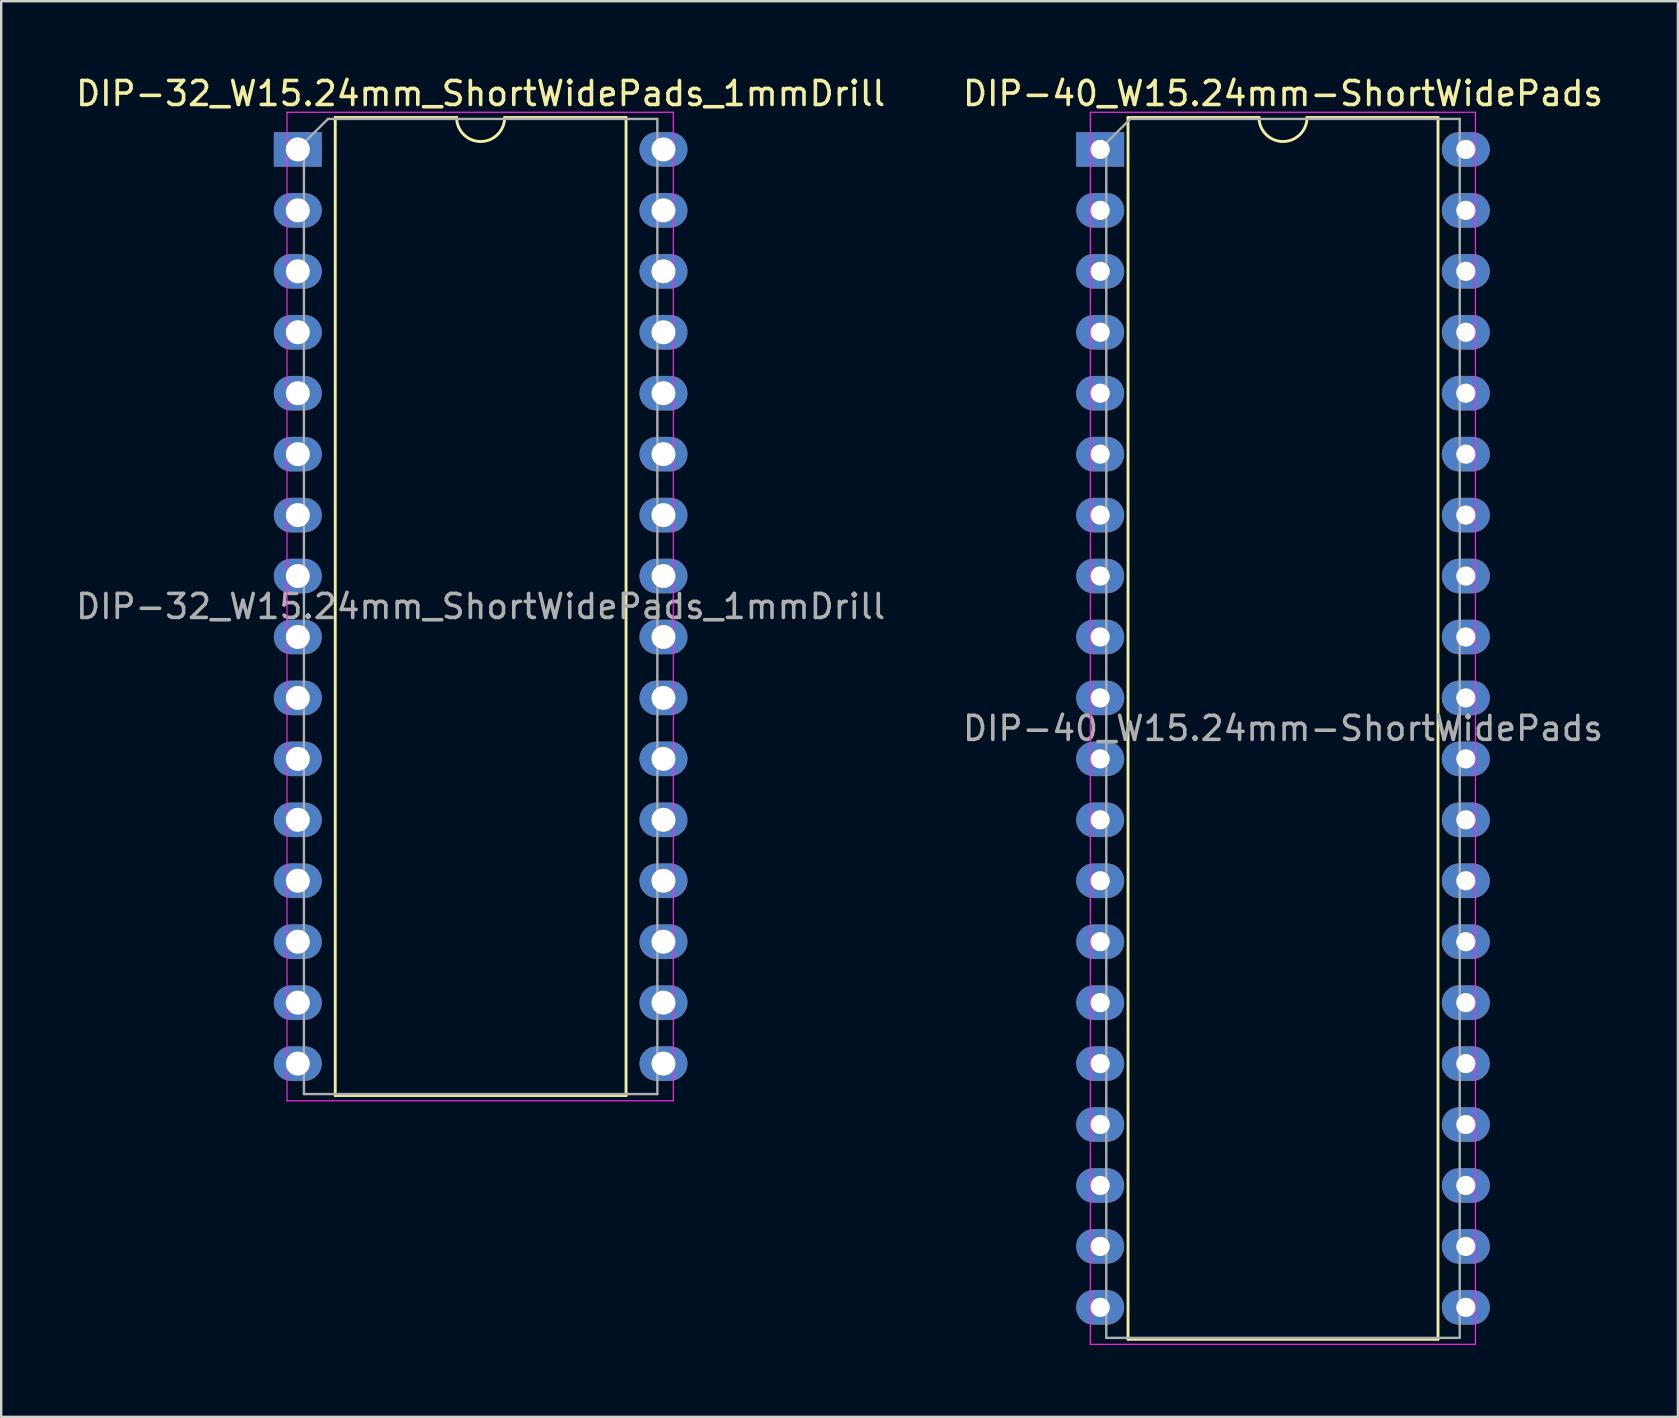
<source format=kicad_pcb>
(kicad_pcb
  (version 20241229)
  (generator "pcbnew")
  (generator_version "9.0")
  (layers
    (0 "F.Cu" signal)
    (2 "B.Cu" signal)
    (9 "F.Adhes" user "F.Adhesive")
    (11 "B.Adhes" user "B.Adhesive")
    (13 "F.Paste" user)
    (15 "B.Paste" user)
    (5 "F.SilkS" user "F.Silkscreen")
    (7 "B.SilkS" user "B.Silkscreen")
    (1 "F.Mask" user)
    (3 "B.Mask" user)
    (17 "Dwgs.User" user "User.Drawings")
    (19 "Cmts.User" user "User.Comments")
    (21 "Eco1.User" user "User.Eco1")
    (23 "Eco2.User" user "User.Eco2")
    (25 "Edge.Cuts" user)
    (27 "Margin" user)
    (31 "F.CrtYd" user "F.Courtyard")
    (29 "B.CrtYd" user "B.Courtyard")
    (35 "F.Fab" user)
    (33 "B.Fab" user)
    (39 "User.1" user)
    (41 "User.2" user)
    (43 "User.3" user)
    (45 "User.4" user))
  (footprint "DIP-32_W15.24mm_ShortWidePads_1mmDrill"
    (layer "F.Cu")
    (at 9.362 3.178)
    (property "Reference" "DIP-32_W15.24mm_ShortWidePads_1mmDrill" (at 7.62 -2.33 0) (layer "F.SilkS") (effects (font (size 1 1) (thickness 0.15))))
    (attr through_hole)
    (fp_line (start 1.56 -1.33) (end 1.56 39.43) (stroke (width 0.12) (type solid)) (layer "F.SilkS"))
    (fp_line (start 1.56 39.43) (end 13.68 39.43) (stroke (width 0.12) (type solid)) (layer "F.SilkS"))
    (fp_line (start 6.62 -1.33) (end 1.56 -1.33) (stroke (width 0.12) (type solid)) (layer "F.SilkS"))
    (fp_line (start 13.68 -1.33) (end 8.62 -1.33) (stroke (width 0.12) (type solid)) (layer "F.SilkS"))
    (fp_line (start 13.68 39.43) (end 13.68 -1.33) (stroke (width 0.12) (type solid)) (layer "F.SilkS"))
    (fp_arc (start 8.62 -1.33) (mid 7.62 -0.33) (end 6.62 -1.33) (stroke (width 0.12) (type solid)) (layer "F.SilkS"))
    (fp_line (start -0.45 -1.55) (end -0.45 39.65) (stroke (width 0.05) (type solid)) (layer "F.CrtYd"))
    (fp_line (start -0.45 39.65) (end 15.65 39.65) (stroke (width 0.05) (type solid)) (layer "F.CrtYd"))
    (fp_line (start 15.65 -1.55) (end -0.45 -1.55) (stroke (width 0.05) (type solid)) (layer "F.CrtYd"))
    (fp_line (start 15.65 39.65) (end 15.65 -1.55) (stroke (width 0.05) (type solid)) (layer "F.CrtYd"))
    (fp_line (start 0.255 -0.27) (end 1.255 -1.27) (stroke (width 0.1) (type solid)) (layer "F.Fab"))
    (fp_line (start 0.255 39.37) (end 0.255 -0.27) (stroke (width 0.1) (type solid)) (layer "F.Fab"))
    (fp_line (start 1.255 -1.27) (end 14.985 -1.27) (stroke (width 0.1) (type solid)) (layer "F.Fab"))
    (fp_line (start 14.985 -1.27) (end 14.985 39.37) (stroke (width 0.1) (type solid)) (layer "F.Fab"))
    (fp_line (start 14.985 39.37) (end 0.255 39.37) (stroke (width 0.1) (type solid)) (layer "F.Fab"))
    (fp_text user "${REFERENCE}" (at 7.62 19.05 0) (layer "F.Fab") (effects (font (size 1 1) (thickness 0.15))))
    (pad "1" thru_hole rect (at 0 0) (size 2 1.44) (drill 1) (layers "*.Cu" "*.Mask"))
    (pad "2" thru_hole oval (at 0 2.54) (size 2 1.44) (drill 1) (layers "*.Cu" "*.Mask"))
    (pad "3" thru_hole oval (at 0 5.08) (size 2 1.44) (drill 1) (layers "*.Cu" "*.Mask"))
    (pad "4" thru_hole oval (at 0 7.62) (size 2 1.44) (drill 1) (layers "*.Cu" "*.Mask"))
    (pad "5" thru_hole oval (at 0 10.16) (size 2 1.44) (drill 1) (layers "*.Cu" "*.Mask"))
    (pad "6" thru_hole oval (at 0 12.7) (size 2 1.44) (drill 1) (layers "*.Cu" "*.Mask"))
    (pad "7" thru_hole oval (at 0 15.24) (size 2 1.44) (drill 1) (layers "*.Cu" "*.Mask"))
    (pad "8" thru_hole oval (at 0 17.78) (size 2 1.44) (drill 1) (layers "*.Cu" "*.Mask"))
    (pad "9" thru_hole oval (at 0 20.32) (size 2 1.44) (drill 1) (layers "*.Cu" "*.Mask"))
    (pad "10" thru_hole oval (at 0 22.86) (size 2 1.44) (drill 1) (layers "*.Cu" "*.Mask"))
    (pad "11" thru_hole oval (at 0 25.4) (size 2 1.44) (drill 1) (layers "*.Cu" "*.Mask"))
    (pad "12" thru_hole oval (at 0 27.94) (size 2 1.44) (drill 1) (layers "*.Cu" "*.Mask"))
    (pad "13" thru_hole oval (at 0 30.48) (size 2 1.44) (drill 1) (layers "*.Cu" "*.Mask"))
    (pad "14" thru_hole oval (at 0 33.02) (size 2 1.44) (drill 1) (layers "*.Cu" "*.Mask"))
    (pad "15" thru_hole oval (at 0 35.56) (size 2 1.44) (drill 1) (layers "*.Cu" "*.Mask"))
    (pad "16" thru_hole oval (at 0 38.1) (size 2 1.44) (drill 1) (layers "*.Cu" "*.Mask"))
    (pad "17" thru_hole oval (at 15.24 38.1) (size 2 1.44) (drill 1) (layers "*.Cu" "*.Mask"))
    (pad "18" thru_hole oval (at 15.24 35.56) (size 2 1.44) (drill 1) (layers "*.Cu" "*.Mask"))
    (pad "19" thru_hole oval (at 15.24 33.02) (size 2 1.44) (drill 1) (layers "*.Cu" "*.Mask"))
    (pad "20" thru_hole oval (at 15.24 30.48) (size 2 1.44) (drill 1) (layers "*.Cu" "*.Mask"))
    (pad "21" thru_hole oval (at 15.24 27.94) (size 2 1.44) (drill 1) (layers "*.Cu" "*.Mask"))
    (pad "22" thru_hole oval (at 15.24 25.4) (size 2 1.44) (drill 1) (layers "*.Cu" "*.Mask"))
    (pad "23" thru_hole oval (at 15.24 22.86) (size 2 1.44) (drill 1) (layers "*.Cu" "*.Mask"))
    (pad "24" thru_hole oval (at 15.24 20.32) (size 2 1.44) (drill 1) (layers "*.Cu" "*.Mask"))
    (pad "25" thru_hole oval (at 15.24 17.78) (size 2 1.44) (drill 1) (layers "*.Cu" "*.Mask"))
    (pad "26" thru_hole oval (at 15.24 15.24) (size 2 1.44) (drill 1) (layers "*.Cu" "*.Mask"))
    (pad "27" thru_hole oval (at 15.24 12.7) (size 2 1.44) (drill 1) (layers "*.Cu" "*.Mask"))
    (pad "28" thru_hole oval (at 15.24 10.16) (size 2 1.44) (drill 1) (layers "*.Cu" "*.Mask"))
    (pad "29" thru_hole oval (at 15.24 7.62) (size 2 1.44) (drill 1) (layers "*.Cu" "*.Mask"))
    (pad "30" thru_hole oval (at 15.24 5.08) (size 2 1.44) (drill 1) (layers "*.Cu" "*.Mask"))
    (pad "31" thru_hole oval (at 15.24 2.54) (size 2 1.44) (drill 1) (layers "*.Cu" "*.Mask"))
    (pad "32" thru_hole oval (at 15.24 0) (size 2 1.44) (drill 1) (layers "*.Cu" "*.Mask")))
  (footprint "DIP-40_W15.24mm-ShortWidePads"
    (layer "F.Cu")
    (at 42.803 3.178)
    (property "Reference" "DIP-40_W15.24mm-ShortWidePads" (at 7.62 -2.33 0) (layer "F.SilkS") (effects (font (size 1 1) (thickness 0.15))))
    (attr through_hole)
    (fp_line (start 1.16 -1.33) (end 1.16 49.59) (stroke (width 0.12) (type solid)) (layer "F.SilkS"))
    (fp_line (start 1.16 49.59) (end 14.08 49.59) (stroke (width 0.12) (type solid)) (layer "F.SilkS"))
    (fp_line (start 6.62 -1.33) (end 1.16 -1.33) (stroke (width 0.12) (type solid)) (layer "F.SilkS"))
    (fp_line (start 14.08 -1.33) (end 8.62 -1.33) (stroke (width 0.12) (type solid)) (layer "F.SilkS"))
    (fp_line (start 14.08 49.59) (end 14.08 -1.33) (stroke (width 0.12) (type solid)) (layer "F.SilkS"))
    (fp_arc (start 8.62 -1.33) (mid 7.62 -0.33) (end 6.62 -1.33) (stroke (width 0.12) (type solid)) (layer "F.SilkS"))
    (fp_line (start -0.41 -1.55) (end -0.41 49.8) (stroke (width 0.05) (type solid)) (layer "F.CrtYd"))
    (fp_line (start -0.41 49.8) (end 15.64 49.8) (stroke (width 0.05) (type solid)) (layer "F.CrtYd"))
    (fp_line (start 15.64 -1.55) (end -0.41 -1.55) (stroke (width 0.05) (type solid)) (layer "F.CrtYd"))
    (fp_line (start 15.64 49.8) (end 15.64 -1.55) (stroke (width 0.05) (type solid)) (layer "F.CrtYd"))
    (fp_line (start 0.255 -0.27) (end 1.255 -1.27) (stroke (width 0.1) (type solid)) (layer "F.Fab"))
    (fp_line (start 0.255 49.53) (end 0.255 -0.27) (stroke (width 0.1) (type solid)) (layer "F.Fab"))
    (fp_line (start 1.255 -1.27) (end 14.985 -1.27) (stroke (width 0.1) (type solid)) (layer "F.Fab"))
    (fp_line (start 14.985 -1.27) (end 14.985 49.53) (stroke (width 0.1) (type solid)) (layer "F.Fab"))
    (fp_line (start 14.985 49.53) (end 0.255 49.53) (stroke (width 0.1) (type solid)) (layer "F.Fab"))
    (fp_text user "${REFERENCE}" (at 7.62 24.13 0) (layer "F.Fab") (effects (font (size 1 1) (thickness 0.15))))
    (pad "1" thru_hole rect (at 0 0) (size 2 1.44) (drill 0.8) (layers "*.Cu" "*.Mask"))
    (pad "2" thru_hole oval (at 0 2.54) (size 2 1.44) (drill 0.8) (layers "*.Cu" "*.Mask"))
    (pad "3" thru_hole oval (at 0 5.08) (size 2 1.44) (drill 0.8) (layers "*.Cu" "*.Mask"))
    (pad "4" thru_hole oval (at 0 7.62) (size 2 1.44) (drill 0.8) (layers "*.Cu" "*.Mask"))
    (pad "5" thru_hole oval (at 0 10.16) (size 2 1.44) (drill 0.8) (layers "*.Cu" "*.Mask"))
    (pad "6" thru_hole oval (at 0 12.7) (size 2 1.44) (drill 0.8) (layers "*.Cu" "*.Mask"))
    (pad "7" thru_hole oval (at 0 15.24) (size 2 1.44) (drill 0.8) (layers "*.Cu" "*.Mask"))
    (pad "8" thru_hole oval (at 0 17.78) (size 2 1.44) (drill 0.8) (layers "*.Cu" "*.Mask"))
    (pad "9" thru_hole oval (at 0 20.32) (size 2 1.44) (drill 0.8) (layers "*.Cu" "*.Mask"))
    (pad "10" thru_hole oval (at 0 22.86) (size 2 1.44) (drill 0.8) (layers "*.Cu" "*.Mask"))
    (pad "11" thru_hole oval (at 0 25.4) (size 2 1.44) (drill 0.8) (layers "*.Cu" "*.Mask"))
    (pad "12" thru_hole oval (at 0 27.94) (size 2 1.44) (drill 0.8) (layers "*.Cu" "*.Mask"))
    (pad "13" thru_hole oval (at 0 30.48) (size 2 1.44) (drill 0.8) (layers "*.Cu" "*.Mask"))
    (pad "14" thru_hole oval (at 0 33.02) (size 2 1.44) (drill 0.8) (layers "*.Cu" "*.Mask"))
    (pad "15" thru_hole oval (at 0 35.56) (size 2 1.44) (drill 0.8) (layers "*.Cu" "*.Mask"))
    (pad "16" thru_hole oval (at 0 38.1) (size 2 1.44) (drill 0.8) (layers "*.Cu" "*.Mask"))
    (pad "17" thru_hole oval (at 0 40.64) (size 2 1.44) (drill 0.8) (layers "*.Cu" "*.Mask"))
    (pad "18" thru_hole oval (at 0 43.18) (size 2 1.44) (drill 0.8) (layers "*.Cu" "*.Mask"))
    (pad "19" thru_hole oval (at 0 45.72) (size 2 1.44) (drill 0.8) (layers "*.Cu" "*.Mask"))
    (pad "20" thru_hole oval (at 0 48.26) (size 2 1.44) (drill 0.8) (layers "*.Cu" "*.Mask"))
    (pad "21" thru_hole oval (at 15.24 48.26) (size 2 1.44) (drill 0.8) (layers "*.Cu" "*.Mask"))
    (pad "22" thru_hole oval (at 15.24 45.72) (size 2 1.44) (drill 0.8) (layers "*.Cu" "*.Mask"))
    (pad "23" thru_hole oval (at 15.24 43.18) (size 2 1.44) (drill 0.8) (layers "*.Cu" "*.Mask"))
    (pad "24" thru_hole oval (at 15.24 40.64) (size 2 1.44) (drill 0.8) (layers "*.Cu" "*.Mask"))
    (pad "25" thru_hole oval (at 15.24 38.1) (size 2 1.44) (drill 0.8) (layers "*.Cu" "*.Mask"))
    (pad "26" thru_hole oval (at 15.24 35.56) (size 2 1.44) (drill 0.8) (layers "*.Cu" "*.Mask"))
    (pad "27" thru_hole oval (at 15.24 33.02) (size 2 1.44) (drill 0.8) (layers "*.Cu" "*.Mask"))
    (pad "28" thru_hole oval (at 15.24 30.48) (size 2 1.44) (drill 0.8) (layers "*.Cu" "*.Mask"))
    (pad "29" thru_hole oval (at 15.24 27.94) (size 2 1.44) (drill 0.8) (layers "*.Cu" "*.Mask"))
    (pad "30" thru_hole oval (at 15.24 25.4) (size 2 1.44) (drill 0.8) (layers "*.Cu" "*.Mask"))
    (pad "31" thru_hole oval (at 15.24 22.86) (size 2 1.44) (drill 0.8) (layers "*.Cu" "*.Mask"))
    (pad "32" thru_hole oval (at 15.24 20.32) (size 2 1.44) (drill 0.8) (layers "*.Cu" "*.Mask"))
    (pad "33" thru_hole oval (at 15.24 17.78) (size 2 1.44) (drill 0.8) (layers "*.Cu" "*.Mask"))
    (pad "34" thru_hole oval (at 15.24 15.24) (size 2 1.44) (drill 0.8) (layers "*.Cu" "*.Mask"))
    (pad "35" thru_hole oval (at 15.24 12.7) (size 2 1.44) (drill 0.8) (layers "*.Cu" "*.Mask"))
    (pad "36" thru_hole oval (at 15.24 10.16) (size 2 1.44) (drill 0.8) (layers "*.Cu" "*.Mask"))
    (pad "37" thru_hole oval (at 15.24 7.62) (size 2 1.44) (drill 0.8) (layers "*.Cu" "*.Mask"))
    (pad "38" thru_hole oval (at 15.24 5.08) (size 2 1.44) (drill 0.8) (layers "*.Cu" "*.Mask"))
    (pad "39" thru_hole oval (at 15.24 2.54) (size 2 1.44) (drill 0.8) (layers "*.Cu" "*.Mask"))
    (pad "40" thru_hole oval (at 15.24 0) (size 2 1.44) (drill 0.8) (layers "*.Cu" "*.Mask")))
  (gr_rect
    (start -3 -3)
    (end 66.881 56.003)
    (stroke (width 0.1) (type default))
    (fill no)
    (layer "Edge.Cuts")))
</source>
